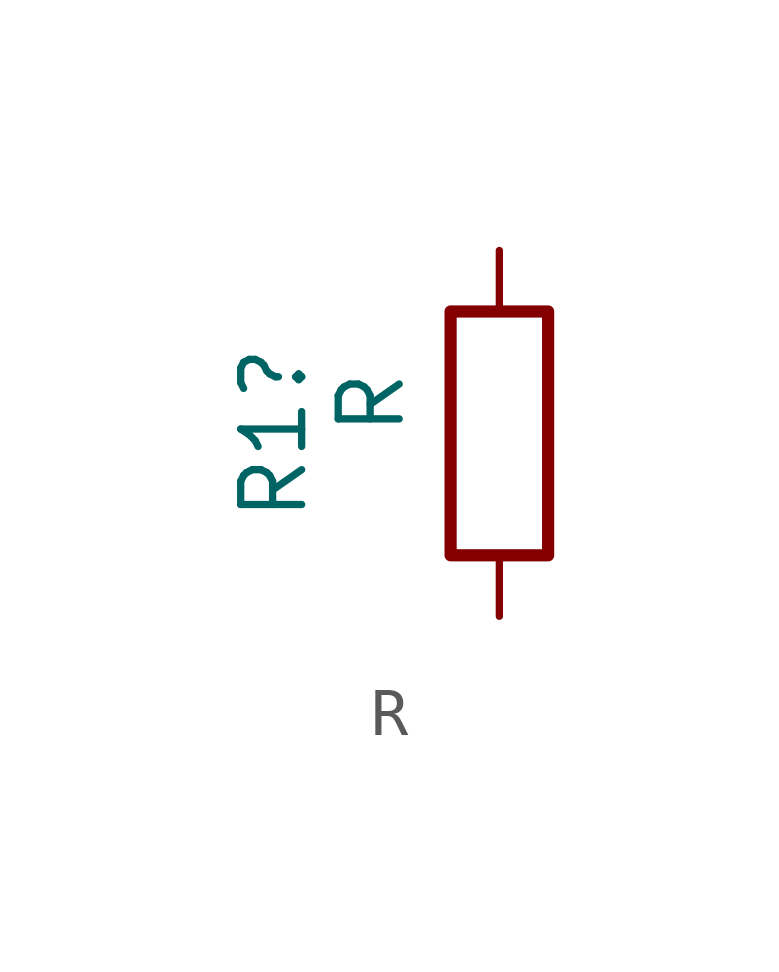
<source format=kicad_sym>
(kicad_symbol_lib
  (version 20211014)
  (generator kicad_symbol_editor)
  (symbol "R"
    (pin_numbers hide)
    (pin_names
      (offset 0))
    (property "Reference" "R1"
      (at -4.699 0 90)
      (effects (font (size 1.27 1.27))))
    (property "Value" "R"
      (at -2.667 0.635 90)
      (effects (font (size 1.27 1.27))))
    (symbol "R_0_1"
      (rectangle (start -1.016 -2.54) (end 1.016 2.54) (stroke (width 0.254) (type default) (color 0 0 0 0)) (fill (type none))))
    (symbol "R_1_1"
      (pin passive line (at 0 3.81 270) (length 1.27) (name "~" (effects (font (size 1.27 1.27)))) (number "1" (effects (font (size 1.27 1.27)))))
      (pin passive line (at 0 -3.81 90) (length 1.27) (name "~" (effects (font (size 1.27 1.27)))) (number "2" (effects (font (size 1.27 1.27))))))))
</source>
